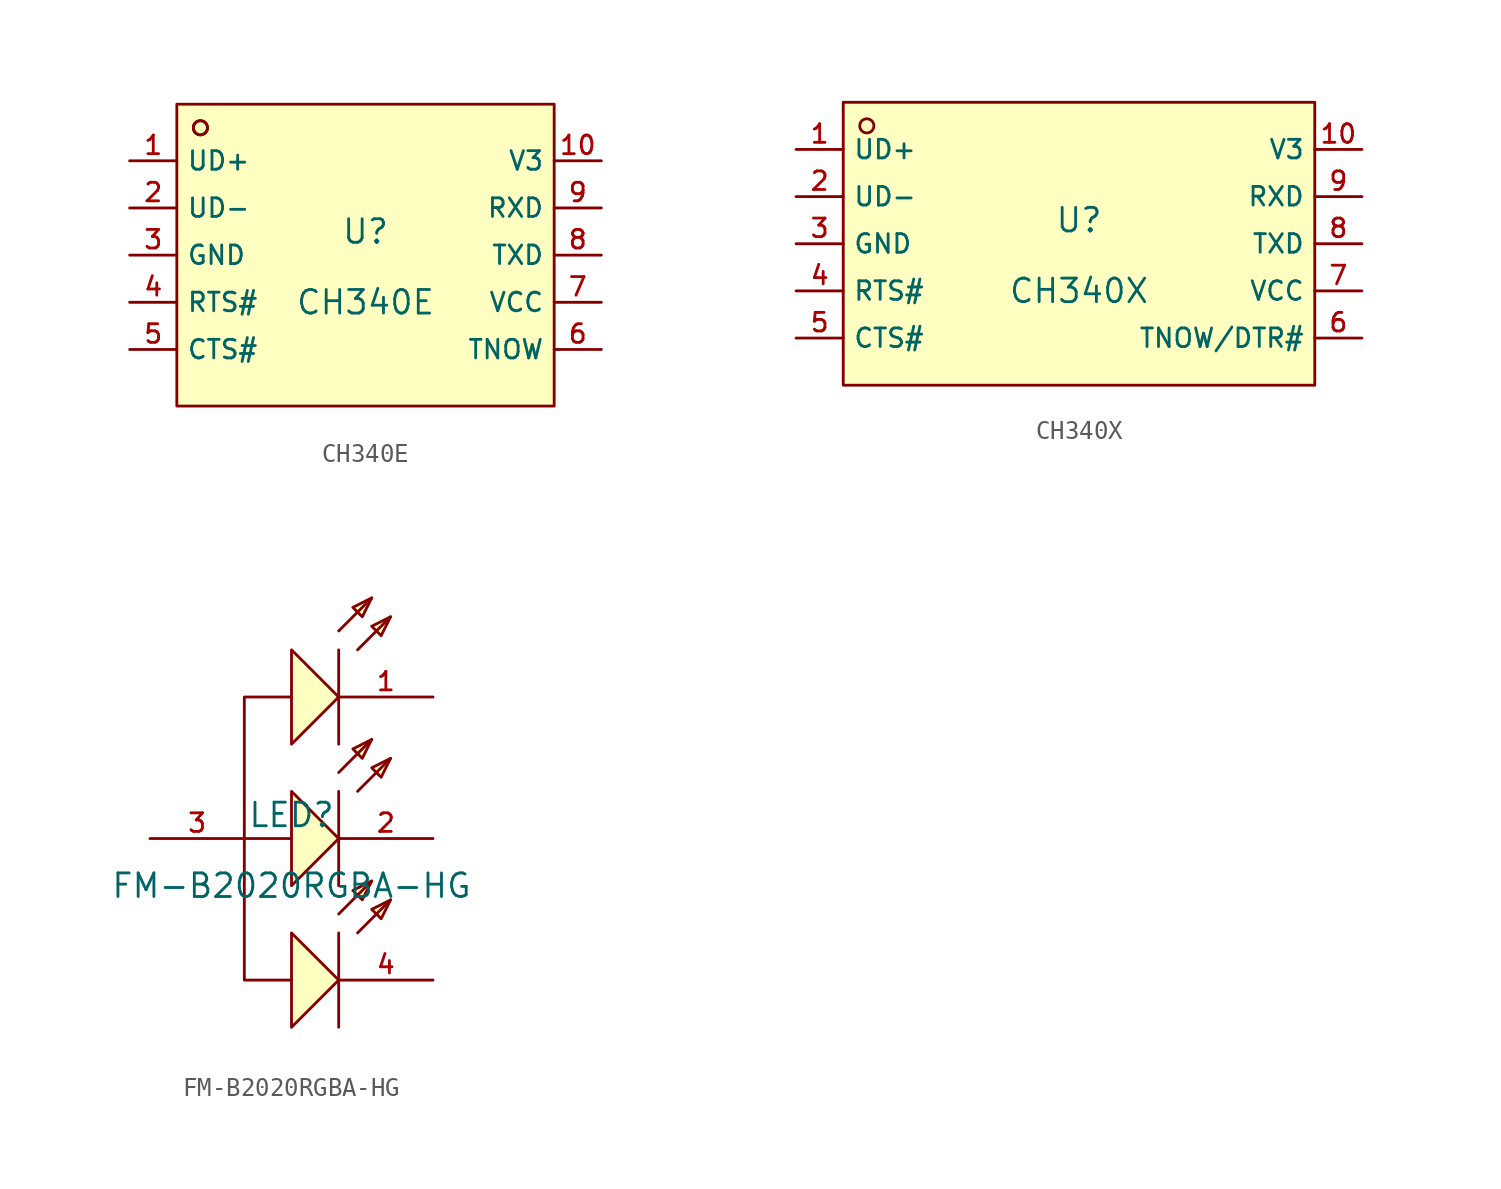
<source format=kicad_sym>
(kicad_symbol_lib
  (version 20210201)
  (generator TousstNicolas/JLC2KiCad_lib)
  (symbol "CH340E"
    (property "Reference" "U"
      (at 0 1.27 0)
      (effects (font (size 1.27 1.27))))
    (property "Value" "CH340E"
      (at 0 -2.54 0)
      (effects (font (size 1.27 1.27))))
    (symbol "CH340E_0_1"
      (circle (center -8.89 6.858) (radius 0.381) (stroke (width 0) (type default) (color 0 0 0 0)) (fill (type background)))
      (rectangle (start -10.16 8.128) (end 10.16 -8.128) (stroke (width 0) (type default) (color 0 0 0 0)) (fill (type background)))
      (circle (center -8.89 6.858) (radius 0.381) (stroke (width 0) (type default) (color 0 0 0 0)) (fill (type background)))
      (pin unspecified line (at -12.7 5.08 0) (length 2.54) (name "UD+" (effects (font (size 1 1)))) (number "1" (effects (font (size 1 1)))))
      (pin unspecified line (at -12.7 2.54 0) (length 2.54) (name "UD-" (effects (font (size 1 1)))) (number "2" (effects (font (size 1 1)))))
      (pin unspecified line (at -12.7 -0.0 0) (length 2.54) (name "GND" (effects (font (size 1 1)))) (number "3" (effects (font (size 1 1)))))
      (pin unspecified line (at -12.7 -2.54 0) (length 2.54) (name "RTS#" (effects (font (size 1 1)))) (number "4" (effects (font (size 1 1)))))
      (pin unspecified line (at -12.7 -5.08 0) (length 2.54) (name "CTS#" (effects (font (size 1 1)))) (number "5" (effects (font (size 1 1)))))
      (pin unspecified line (at 12.7 -5.08 180) (length 2.54) (name "TNOW" (effects (font (size 1 1)))) (number "6" (effects (font (size 1 1)))))
      (pin unspecified line (at 12.7 -2.54 180) (length 2.54) (name "VCC" (effects (font (size 1 1)))) (number "7" (effects (font (size 1 1)))))
      (pin unspecified line (at 12.7 -0.0 180) (length 2.54) (name "TXD" (effects (font (size 1 1)))) (number "8" (effects (font (size 1 1)))))
      (pin unspecified line (at 12.7 2.54 180) (length 2.54) (name "RXD" (effects (font (size 1 1)))) (number "9" (effects (font (size 1 1)))))
      (pin unspecified line (at 12.7 5.08 180) (length 2.54) (name "V3" (effects (font (size 1 1)))) (number "10" (effects (font (size 1 1)))))))
  (symbol "CH340X"
    (property "Reference" "U"
      (at 0 1.27 0)
      (effects (font (size 1.27 1.27))))
    (property "Value" "CH340X"
      (at 0 -2.54 0)
      (effects (font (size 1.27 1.27))))
    (symbol "CH340X_0_1"
      (rectangle (start -12.7 7.62) (end 12.7 -7.62) (stroke (width 0) (type default) (color 0 0 0 0)) (fill (type background)))
      (circle (center -11.43 6.35) (radius 0.381) (stroke (width 0) (type default) (color 0 0 0 0)) (fill (type background)))
      (pin unspecified line (at -15.24 5.08 0) (length 2.54) (name "UD+" (effects (font (size 1 1)))) (number "1" (effects (font (size 1 1)))))
      (pin unspecified line (at -15.24 2.54 0) (length 2.54) (name "UD-" (effects (font (size 1 1)))) (number "2" (effects (font (size 1 1)))))
      (pin unspecified line (at -15.24 -0.0 0) (length 2.54) (name "GND" (effects (font (size 1 1)))) (number "3" (effects (font (size 1 1)))))
      (pin unspecified line (at -15.24 -2.54 0) (length 2.54) (name "RTS#" (effects (font (size 1 1)))) (number "4" (effects (font (size 1 1)))))
      (pin unspecified line (at -15.24 -5.08 0) (length 2.54) (name "CTS#" (effects (font (size 1 1)))) (number "5" (effects (font (size 1 1)))))
      (pin unspecified line (at 15.24 -5.08 180) (length 2.54) (name "TNOW/DTR#" (effects (font (size 1 1)))) (number "6" (effects (font (size 1 1)))))
      (pin unspecified line (at 15.24 -2.54 180) (length 2.54) (name "VCC" (effects (font (size 1 1)))) (number "7" (effects (font (size 1 1)))))
      (pin unspecified line (at 15.24 -0.0 180) (length 2.54) (name "TXD" (effects (font (size 1 1)))) (number "8" (effects (font (size 1 1)))))
      (pin unspecified line (at 15.24 2.54 180) (length 2.54) (name "RXD" (effects (font (size 1 1)))) (number "9" (effects (font (size 1 1)))))
      (pin unspecified line (at 15.24 5.08 180) (length 2.54) (name "V3" (effects (font (size 1 1)))) (number "10" (effects (font (size 1 1)))))))
  (symbol "FM-B2020RGBA-HG"
    (pin_names hide)
    (property "Reference" "LED"
      (at 0 1.27 0)
      (effects (font (size 1.27 1.27))))
    (property "Value" "FM-B2020RGBA-HG"
      (at 0 -2.54 0)
      (effects (font (size 1.27 1.27))))
    (symbol "FM-B2020RGBA-HG_0_1"
      (pin unspecified line (at -7.62 -0.0 0) (length 5.08) (name "A" (effects (font (size 1 1)))) (number "3" (effects (font (size 1 1)))))
      (pin unspecified line (at 7.62 7.62 180) (length 5.08) (name "K" (effects (font (size 1 1)))) (number "1" (effects (font (size 1 1)))))
      (polyline (pts (xy 0.0 5.08) (xy 2.54 7.62) (xy 0.0 10.16) (xy 0.0 5.08)) (stroke (width 0) (type default) (color 0 0 0 0)) (fill (type background)))
      (polyline (pts (xy 5.334 11.938) (xy 4.318 11.43) (xy 4.826 10.922) (xy 5.334 11.938)) (stroke (width 0) (type default) (color 0 0 0 0)) (fill (type background)))
      (polyline (pts (xy 4.318 12.954) (xy 3.302 12.446) (xy 3.81 11.938) (xy 4.318 12.954)) (stroke (width 0) (type default) (color 0 0 0 0)) (fill (type background)))
      (polyline (pts (xy 3.556 10.16) (xy 5.334 11.938)) (stroke (width 0) (type default) (color 0 0 0 0)) (fill (type none)))
      (polyline (pts (xy 2.54 11.176) (xy 4.318 12.954)) (stroke (width 0) (type default) (color 0 0 0 0)) (fill (type none)))
      (polyline (pts (xy 2.54 10.16) (xy 2.54 5.08)) (stroke (width 0) (type default) (color 0 0 0 0)) (fill (type none)))
      (pin unspecified line (at 7.62 -0.0 180) (length 5.08) (name "K" (effects (font (size 1 1)))) (number "2" (effects (font (size 1 1)))))
      (polyline (pts (xy 0.0 -2.54) (xy 2.54 -0.0) (xy 0.0 2.54) (xy 0.0 -2.54)) (stroke (width 0) (type default) (color 0 0 0 0)) (fill (type background)))
      (polyline (pts (xy 5.334 4.318) (xy 4.318 3.81) (xy 4.826 3.302) (xy 5.334 4.318)) (stroke (width 0) (type default) (color 0 0 0 0)) (fill (type background)))
      (polyline (pts (xy 4.318 5.334) (xy 3.302 4.826) (xy 3.81 4.318) (xy 4.318 5.334)) (stroke (width 0) (type default) (color 0 0 0 0)) (fill (type background)))
      (polyline (pts (xy 3.556 2.54) (xy 5.334 4.318)) (stroke (width 0) (type default) (color 0 0 0 0)) (fill (type none)))
      (polyline (pts (xy 2.54 3.556) (xy 4.318 5.334)) (stroke (width 0) (type default) (color 0 0 0 0)) (fill (type none)))
      (polyline (pts (xy 2.54 2.54) (xy 2.54 -2.54)) (stroke (width 0) (type default) (color 0 0 0 0)) (fill (type none)))
      (pin unspecified line (at 7.62 -7.62 180) (length 5.08) (name "K" (effects (font (size 1 1)))) (number "4" (effects (font (size 1 1)))))
      (polyline (pts (xy 0.0 -10.16) (xy 2.54 -7.62) (xy 0.0 -5.08) (xy 0.0 -10.16)) (stroke (width 0) (type default) (color 0 0 0 0)) (fill (type background)))
      (polyline (pts (xy 5.334 -3.302) (xy 4.318 -3.81) (xy 4.826 -4.318) (xy 5.334 -3.302)) (stroke (width 0) (type default) (color 0 0 0 0)) (fill (type background)))
      (polyline (pts (xy 4.318 -2.286) (xy 3.302 -2.794) (xy 3.81 -3.302) (xy 4.318 -2.286)) (stroke (width 0) (type default) (color 0 0 0 0)) (fill (type background)))
      (polyline (pts (xy 3.556 -5.08) (xy 5.334 -3.302)) (stroke (width 0) (type default) (color 0 0 0 0)) (fill (type none)))
      (polyline (pts (xy 2.54 -4.064) (xy 4.318 -2.286)) (stroke (width 0) (type default) (color 0 0 0 0)) (fill (type none)))
      (polyline (pts (xy 2.54 -5.08) (xy 2.54 -10.16)) (stroke (width 0) (type default) (color 0 0 0 0)) (fill (type none)))
      (polyline (pts (xy 0.0 7.62) (xy -2.54 7.62) (xy -2.54 -7.62) (xy 0.0 -7.62)) (stroke (width 0) (type default) (color 0 0 0 0)) (fill (type none)))
      (polyline (pts (xy 0.0 -0.0) (xy -2.54 -0.0)) (stroke (width 0) (type default) (color 0 0 0 0)) (fill (type none))))))
</source>
